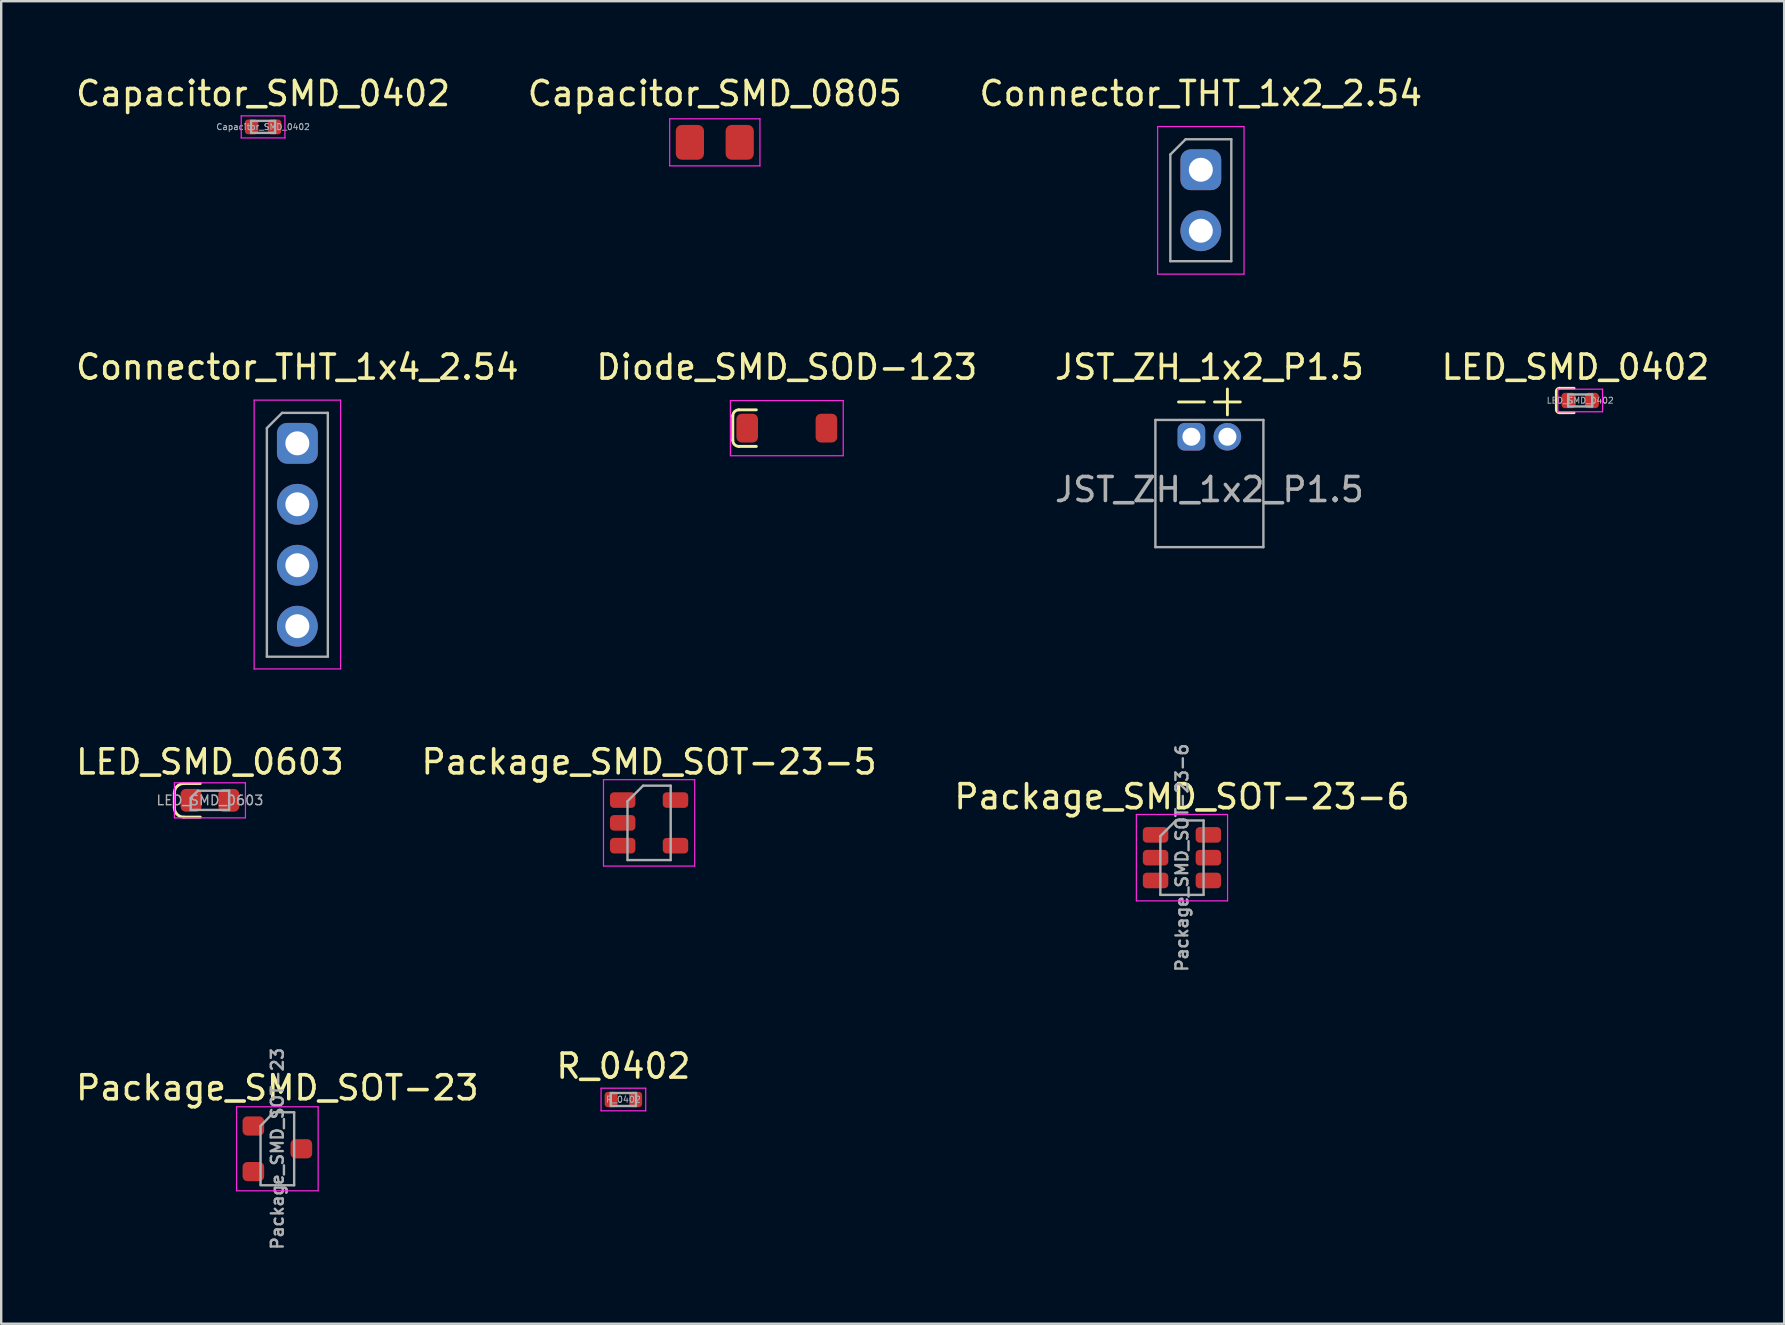
<source format=kicad_pcb>
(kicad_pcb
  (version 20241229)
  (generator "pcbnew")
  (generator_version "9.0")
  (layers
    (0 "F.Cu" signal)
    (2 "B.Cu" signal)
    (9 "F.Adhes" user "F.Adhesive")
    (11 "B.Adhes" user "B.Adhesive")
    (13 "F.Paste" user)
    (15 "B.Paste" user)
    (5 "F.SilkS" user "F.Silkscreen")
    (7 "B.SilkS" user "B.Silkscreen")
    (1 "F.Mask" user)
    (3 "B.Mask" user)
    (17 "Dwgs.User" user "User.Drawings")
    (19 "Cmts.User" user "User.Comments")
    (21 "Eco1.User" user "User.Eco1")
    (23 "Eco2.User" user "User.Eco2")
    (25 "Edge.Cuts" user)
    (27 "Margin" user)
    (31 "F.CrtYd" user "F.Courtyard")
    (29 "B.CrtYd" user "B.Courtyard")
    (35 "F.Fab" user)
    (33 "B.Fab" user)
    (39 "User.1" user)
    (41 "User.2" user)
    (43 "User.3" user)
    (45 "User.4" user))
  (footprint "Connector_THT_1x4_2.54"
    (layer "F.Cu")
    (at 9.339 15.421)
    (property "Reference" "Connector_THT_1x4_2.54" (at 0 -3.175 0) (layer "F.SilkS") (effects (font (size 1 1) (thickness 0.15))))
    (fp_line (start -1.8 -1.8) (end -1.8 9.4) (stroke (width 0.05) (type solid)) (layer "F.CrtYd"))
    (fp_line (start -1.8 9.4) (end 1.8 9.4) (stroke (width 0.05) (type solid)) (layer "F.CrtYd"))
    (fp_line (start 1.8 -1.8) (end -1.8 -1.8) (stroke (width 0.05) (type solid)) (layer "F.CrtYd"))
    (fp_line (start 1.8 9.4) (end 1.8 -1.8) (stroke (width 0.05) (type solid)) (layer "F.CrtYd"))
    (fp_line (start -1.27 -0.635) (end -0.635 -1.27) (stroke (width 0.1) (type solid)) (layer "F.Fab"))
    (fp_line (start -1.27 8.89) (end -1.27 -0.635) (stroke (width 0.1) (type solid)) (layer "F.Fab"))
    (fp_line (start -0.635 -1.27) (end 1.27 -1.27) (stroke (width 0.1) (type solid)) (layer "F.Fab"))
    (fp_line (start 1.27 -1.27) (end 1.27 8.89) (stroke (width 0.1) (type solid)) (layer "F.Fab"))
    (fp_line (start 1.27 8.89) (end -1.27 8.89) (stroke (width 0.1) (type solid)) (layer "F.Fab"))
    (pad "1" thru_hole roundrect (at 0 0) (size 1.7 1.7) (drill 1) (layers "*.Cu" "*.Mask") (roundrect_rratio 0.25))
    (pad "2" thru_hole oval (at 0 2.54) (size 1.7 1.7) (drill 1) (layers "*.Cu" "*.Mask"))
    (pad "3" thru_hole oval (at 0 5.08) (size 1.7 1.7) (drill 1) (layers "*.Cu" "*.Mask"))
    (pad "4" thru_hole oval (at 0 7.62) (size 1.7 1.7) (drill 1) (layers "*.Cu" "*.Mask")))
  (footprint "LED_SMD_0402"
    (layer "F.Cu")
    (at 62.788 13.636)
    (property "Reference" "LED_SMD_0402" (at -0.198 -1.389 0) (layer "F.SilkS") (effects (font (size 1 1) (thickness 0.15))))
    (fp_line (start -0.992 -0.381) (end -0.992 0.381) (stroke (width 0.12) (type solid)) (layer "F.SilkS"))
    (fp_line (start -0.865 -0.508) (end -0.254 -0.508) (stroke (width 0.12) (type solid)) (layer "F.SilkS"))
    (fp_line (start -0.865 0.508) (end -0.254 0.508) (stroke (width 0.12) (type solid)) (layer "F.SilkS"))
    (fp_arc (start -0.99225 -0.381) (mid -0.955053 -0.470803) (end -0.86525 -0.508) (stroke (width 0.12) (type solid)) (layer "F.SilkS"))
    (fp_arc (start -0.86525 0.508) (mid -0.955053 0.470803) (end -0.99225 0.381) (stroke (width 0.12) (type solid)) (layer "F.SilkS"))
    (fp_line (start -0.93 -0.47) (end 0.93 -0.47) (stroke (width 0.05) (type solid)) (layer "F.CrtYd"))
    (fp_line (start -0.93 0.47) (end -0.93 -0.47) (stroke (width 0.05) (type solid)) (layer "F.CrtYd"))
    (fp_line (start 0.93 -0.47) (end 0.93 0.47) (stroke (width 0.05) (type solid)) (layer "F.CrtYd"))
    (fp_line (start 0.93 0.47) (end -0.93 0.47) (stroke (width 0.05) (type solid)) (layer "F.CrtYd"))
    (fp_line (start -0.5 -0.25) (end 0.5 -0.25) (stroke (width 0.1) (type solid)) (layer "F.Fab"))
    (fp_line (start -0.5 0.25) (end -0.5 -0.25) (stroke (width 0.1) (type solid)) (layer "F.Fab"))
    (fp_line (start 0.5 -0.25) (end 0.5 0.25) (stroke (width 0.1) (type solid)) (layer "F.Fab"))
    (fp_line (start 0.5 0.25) (end -0.5 0.25) (stroke (width 0.1) (type solid)) (layer "F.Fab"))
    (fp_text user "${REFERENCE}" (at 0 0 0) (layer "F.Fab") (effects (font (size 0.25 0.25) (thickness 0.04))))
    (pad "1" smd roundrect (at -0.485 0) (size 0.59 0.64) (layers "F.Cu" "F.Mask" "F.Paste") (roundrect_rratio 0.25))
    (pad "2" smd roundrect (at 0.485 0) (size 0.59 0.64) (layers "F.Cu" "F.Mask" "F.Paste") (roundrect_rratio 0.25)))
  (footprint "JST_ZH_1x2_P1.5"
    (layer "F.Cu")
    (at 47.389 16.797)
    (property "Reference" "JST_ZH_1x2_P1.5" (at -0.05 -4.55 0) (unlocked yes) (layer "F.SilkS") (effects (font (size 1 1) (thickness 0.15))))
    (fp_line (start -1.337 -3.1) (end -0.263 -3.1) (stroke (width 0.12) (type solid)) (layer "F.SilkS"))
    (fp_line (start 0.163 -3.1) (end 1.238 -3.1) (stroke (width 0.12) (type solid)) (layer "F.SilkS"))
    (fp_line (start 0.7 -2.562) (end 0.7 -3.638) (stroke (width 0.12) (type solid)) (layer "F.SilkS"))
    (fp_line (start -2.3 -2.35) (end 2.2 -2.35) (stroke (width 0.1) (type solid)) (layer "F.Fab"))
    (fp_line (start -2.3 2.95) (end -2.3 -2.35) (stroke (width 0.1) (type solid)) (layer "F.Fab"))
    (fp_line (start -2.3 2.95) (end 2.2 2.95) (stroke (width 0.1) (type solid)) (layer "F.Fab"))
    (fp_line (start 2.2 2.95) (end 2.2 -2.35) (stroke (width 0.1) (type solid)) (layer "F.Fab"))
    (fp_text user "${REFERENCE}" (at -0.05 0.55 0) (unlocked yes) (layer "F.Fab") (effects (font (size 1 1) (thickness 0.15))))
    (pad "1" thru_hole roundrect (at -0.8 -1.65) (size 1.15 1.15) (drill 0.75) (layers "*.Cu" "*.Mask") (roundrect_rratio 0.25))
    (pad "2" thru_hole circle (at 0.7 -1.65) (size 1.15 1.15) (drill 0.75) (layers "*.Cu" "*.Mask")))
  (footprint "Package_SMD_SOT-23"
    (layer "F.Cu")
    (at 8.506 44.813)
    (property "Reference" "Package_SMD_SOT-23" (at 0 -2.54 0) (layer "F.SilkS") (effects (font (size 1 1) (thickness 0.15))))
    (fp_line (start -1.7 -1.75) (end 1.7 -1.75) (stroke (width 0.05) (type solid)) (layer "F.CrtYd"))
    (fp_line (start -1.7 1.75) (end -1.7 -1.75) (stroke (width 0.05) (type solid)) (layer "F.CrtYd"))
    (fp_line (start 1.7 -1.75) (end 1.7 1.75) (stroke (width 0.05) (type solid)) (layer "F.CrtYd"))
    (fp_line (start 1.7 1.75) (end -1.7 1.75) (stroke (width 0.05) (type solid)) (layer "F.CrtYd"))
    (fp_line (start -0.7 -0.95) (end -0.7 1.5) (stroke (width 0.1) (type solid)) (layer "F.Fab"))
    (fp_line (start -0.7 -0.95) (end -0.15 -1.52) (stroke (width 0.1) (type solid)) (layer "F.Fab"))
    (fp_line (start -0.7 1.52) (end 0.7 1.52) (stroke (width 0.1) (type solid)) (layer "F.Fab"))
    (fp_line (start -0.15 -1.52) (end 0.7 -1.52) (stroke (width 0.1) (type solid)) (layer "F.Fab"))
    (fp_line (start 0.7 -1.52) (end 0.7 1.52) (stroke (width 0.1) (type solid)) (layer "F.Fab"))
    (fp_text user "${REFERENCE}" (at 0 0 90) (unlocked yes) (layer "F.Fab") (effects (font (size 0.5 0.5) (thickness 0.1))))
    (pad "1" smd roundrect (at -1 -0.95) (size 0.9 0.8) (layers "F.Cu" "F.Mask" "F.Paste") (roundrect_rratio 0.25))
    (pad "2" smd roundrect (at -1 0.95) (size 0.9 0.8) (layers "F.Cu" "F.Mask" "F.Paste") (roundrect_rratio 0.25))
    (pad "3" smd roundrect (at 1 0) (size 0.9 0.8) (layers "F.Cu" "F.Mask" "F.Paste") (roundrect_rratio 0.25)))
  (footprint "Capacitor_SMD_0805"
    (layer "F.Cu")
    (at 26.732 2.88)
    (property "Reference" "Capacitor_SMD_0805" (at 0 -2.032 0) (layer "F.SilkS") (effects (font (size 1 1) (thickness 0.15))))
    (attr through_hole)
    (fp_line (start -1.88 -0.98) (end 1.88 -0.98) (stroke (width 0.05) (type solid)) (layer "F.CrtYd"))
    (fp_line (start -1.88 0.98) (end -1.88 -0.98) (stroke (width 0.05) (type solid)) (layer "F.CrtYd"))
    (fp_line (start 1.88 -0.98) (end 1.88 0.98) (stroke (width 0.05) (type solid)) (layer "F.CrtYd"))
    (fp_line (start 1.88 0.98) (end -1.88 0.98) (stroke (width 0.05) (type solid)) (layer "F.CrtYd"))
    (pad "1" smd roundrect (at -1.038 0) (size 1.175 1.45) (layers "F.Cu" "F.Mask" "F.Paste") (roundrect_rratio 0.213))
    (pad "2" smd roundrect (at 1.038 0) (size 1.175 1.45) (layers "F.Cu" "F.Mask" "F.Paste") (roundrect_rratio 0.213)))
  (footprint "Diode_SMD_SOD-123"
    (layer "F.Cu")
    (at 29.732 14.787)
    (property "Reference" "Diode_SMD_SOD-123" (at 0 -2.54 0) (layer "F.SilkS") (effects (font (size 1 1) (thickness 0.15))))
    (fp_line (start -2.25 -0.508) (end -2.25 0.508) (stroke (width 0.12) (type solid)) (layer "F.SilkS"))
    (fp_line (start -1.996 -0.762) (end -1.27 -0.762) (stroke (width 0.12) (type solid)) (layer "F.SilkS"))
    (fp_line (start -1.996 0.762) (end -1.27 0.762) (stroke (width 0.12) (type solid)) (layer "F.SilkS"))
    (fp_arc (start -2.25 -0.508) (mid -2.175605 -0.687605) (end -1.996 -0.762) (stroke (width 0.12) (type solid)) (layer "F.SilkS"))
    (fp_arc (start -1.996 0.762) (mid -2.175605 0.687605) (end -2.25 0.508) (stroke (width 0.12) (type solid)) (layer "F.SilkS"))
    (fp_line (start -2.35 -1.15) (end -2.35 1.15) (stroke (width 0.05) (type solid)) (layer "F.CrtYd"))
    (fp_line (start -2.35 -1.15) (end 2.35 -1.15) (stroke (width 0.05) (type solid)) (layer "F.CrtYd"))
    (fp_line (start 2.35 -1.15) (end 2.35 1.15) (stroke (width 0.05) (type solid)) (layer "F.CrtYd"))
    (fp_line (start 2.35 1.15) (end -2.35 1.15) (stroke (width 0.05) (type solid)) (layer "F.CrtYd"))
    (pad "1" smd roundrect (at -1.65 0) (size 0.9 1.2) (layers "F.Cu" "F.Mask" "F.Paste") (roundrect_rratio 0.25))
    (pad "2" smd roundrect (at 1.65 0) (size 0.9 1.2) (layers "F.Cu" "F.Mask" "F.Paste") (roundrect_rratio 0.25)))
  (footprint "Connector_THT_1x2_2.54"
    (layer "F.Cu")
    (at 46.982 5.293)
    (property "Reference" "Connector_THT_1x2_2.54" (at 0 -4.445 0) (layer "F.SilkS") (effects (font (size 1 1) (thickness 0.15))))
    (fp_line (start -1.8 -3.07) (end -1.8 3.08) (stroke (width 0.05) (type solid)) (layer "F.CrtYd"))
    (fp_line (start -1.8 3.08) (end 1.8 3.08) (stroke (width 0.05) (type solid)) (layer "F.CrtYd"))
    (fp_line (start 1.8 -3.07) (end -1.8 -3.07) (stroke (width 0.05) (type solid)) (layer "F.CrtYd"))
    (fp_line (start 1.8 3.08) (end 1.8 -3.07) (stroke (width 0.05) (type solid)) (layer "F.CrtYd"))
    (fp_line (start -1.27 -1.905) (end -0.635 -2.54) (stroke (width 0.1) (type solid)) (layer "F.Fab"))
    (fp_line (start -1.27 2.54) (end -1.27 -1.905) (stroke (width 0.1) (type solid)) (layer "F.Fab"))
    (fp_line (start -0.635 -2.54) (end 1.27 -2.54) (stroke (width 0.1) (type solid)) (layer "F.Fab"))
    (fp_line (start 1.27 -2.54) (end 1.27 2.54) (stroke (width 0.1) (type solid)) (layer "F.Fab"))
    (fp_line (start 1.27 2.54) (end -1.27 2.54) (stroke (width 0.1) (type solid)) (layer "F.Fab"))
    (pad "1" thru_hole roundrect (at 0 -1.27) (size 1.7 1.7) (drill 1) (layers "*.Cu" "*.Mask") (roundrect_rratio 0.25))
    (pad "2" thru_hole oval (at 0 1.27) (size 1.7 1.7) (drill 1) (layers "*.Cu" "*.Mask")))
  (footprint "Package_SMD_SOT-23-5"
    (layer "F.Cu")
    (at 23.994 31.235)
    (property "Reference" "Package_SMD_SOT-23-5" (at 0 -2.54 0) (layer "F.SilkS") (effects (font (size 1 1) (thickness 0.15))))
    (attr through_hole)
    (fp_line (start -1.9 -1.8) (end 1.9 -1.8) (stroke (width 0.05) (type solid)) (layer "F.CrtYd"))
    (fp_line (start -1.9 1.8) (end -1.9 -1.8) (stroke (width 0.05) (type solid)) (layer "F.CrtYd"))
    (fp_line (start 1.9 -1.8) (end 1.9 1.8) (stroke (width 0.05) (type solid)) (layer "F.CrtYd"))
    (fp_line (start 1.9 1.8) (end -1.9 1.8) (stroke (width 0.05) (type solid)) (layer "F.CrtYd"))
    (fp_line (start -0.9 -0.9) (end -0.9 1.55) (stroke (width 0.1) (type solid)) (layer "F.Fab"))
    (fp_line (start -0.9 -0.9) (end -0.25 -1.55) (stroke (width 0.1) (type solid)) (layer "F.Fab"))
    (fp_line (start 0.9 -1.55) (end -0.25 -1.55) (stroke (width 0.1) (type solid)) (layer "F.Fab"))
    (fp_line (start 0.9 -1.55) (end 0.9 1.55) (stroke (width 0.1) (type solid)) (layer "F.Fab"))
    (fp_line (start 0.9 1.55) (end -0.9 1.55) (stroke (width 0.1) (type solid)) (layer "F.Fab"))
    (pad "1" smd roundrect (at -1.1 -0.95) (size 1.06 0.65) (layers "F.Cu" "F.Mask" "F.Paste") (roundrect_rratio 0.25))
    (pad "2" smd roundrect (at -1.1 0) (size 1.06 0.65) (layers "F.Cu" "F.Mask" "F.Paste") (roundrect_rratio 0.25))
    (pad "3" smd roundrect (at -1.1 0.95) (size 1.06 0.65) (layers "F.Cu" "F.Mask" "F.Paste") (roundrect_rratio 0.25))
    (pad "4" smd roundrect (at 1.1 0.95) (size 1.06 0.65) (layers "F.Cu" "F.Mask" "F.Paste") (roundrect_rratio 0.25))
    (pad "5" smd roundrect (at 1.1 -0.95) (size 1.06 0.65) (layers "F.Cu" "F.Mask" "F.Paste") (roundrect_rratio 0.25)))
  (footprint "Capacitor_SMD_0402"
    (layer "F.Cu")
    (at 7.911 2.237)
    (property "Reference" "Capacitor_SMD_0402" (at 0 -1.389 0) (layer "F.SilkS") (effects (font (size 1 1) (thickness 0.15))))
    (attr through_hole)
    (fp_line (start -0.91 -0.46) (end 0.91 -0.46) (stroke (width 0.05) (type solid)) (layer "F.CrtYd"))
    (fp_line (start -0.91 0.46) (end -0.91 -0.46) (stroke (width 0.05) (type solid)) (layer "F.CrtYd"))
    (fp_line (start 0.91 -0.46) (end 0.91 0.46) (stroke (width 0.05) (type solid)) (layer "F.CrtYd"))
    (fp_line (start 0.91 0.46) (end -0.91 0.46) (stroke (width 0.05) (type solid)) (layer "F.CrtYd"))
    (fp_line (start -0.5 -0.25) (end 0.5 -0.25) (stroke (width 0.1) (type solid)) (layer "F.Fab"))
    (fp_line (start -0.5 0.25) (end -0.5 -0.25) (stroke (width 0.1) (type solid)) (layer "F.Fab"))
    (fp_line (start 0.5 -0.25) (end 0.5 0.25) (stroke (width 0.1) (type solid)) (layer "F.Fab"))
    (fp_line (start 0.5 0.25) (end -0.5 0.25) (stroke (width 0.1) (type solid)) (layer "F.Fab"))
    (fp_text user "${REFERENCE}" (at 0 0 0) (layer "F.Fab") (effects (font (size 0.25 0.25) (thickness 0.04))))
    (pad "1" smd roundrect (at -0.48 0) (size 0.56 0.62) (layers "F.Cu" "F.Mask" "F.Paste") (roundrect_rratio 0.25))
    (pad "2" smd roundrect (at 0.48 0) (size 0.56 0.62) (layers "F.Cu" "F.Mask" "F.Paste") (roundrect_rratio 0.25)))
  (footprint "LED_SMD_0603"
    (layer "F.Cu")
    (at 5.696 30.295)
    (property "Reference" "LED_SMD_0603" (at 0 -1.6 0) (unlocked yes) (layer "F.SilkS") (effects (font (size 1 1) (thickness 0.15))))
    (fp_line (start -1.485 -0.3) (end -1.485 0.3) (stroke (width 0.12) (type solid)) (layer "F.SilkS"))
    (fp_line (start -1.085 -0.7) (end -0.4 -0.7) (stroke (width 0.12) (type solid)) (layer "F.SilkS"))
    (fp_line (start -1.085 0.7) (end -0.4 0.7) (stroke (width 0.12) (type solid)) (layer "F.SilkS"))
    (fp_arc (start -1.485 -0.3) (mid -1.367843 -0.582843) (end -1.085 -0.7) (stroke (width 0.12) (type solid)) (layer "F.SilkS"))
    (fp_arc (start -1.085 0.7) (mid -1.367843 0.582843) (end -1.485 0.3) (stroke (width 0.12) (type solid)) (layer "F.SilkS"))
    (fp_line (start -1.48 -0.73) (end 1.48 -0.73) (stroke (width 0.05) (type solid)) (layer "F.CrtYd"))
    (fp_line (start -1.48 0.73) (end -1.48 -0.73) (stroke (width 0.05) (type solid)) (layer "F.CrtYd"))
    (fp_line (start 1.48 -0.73) (end 1.48 0.73) (stroke (width 0.05) (type solid)) (layer "F.CrtYd"))
    (fp_line (start 1.48 0.73) (end -1.48 0.73) (stroke (width 0.05) (type solid)) (layer "F.CrtYd"))
    (fp_line (start -0.8 -0.1) (end -0.8 0.4) (stroke (width 0.1) (type solid)) (layer "F.Fab"))
    (fp_line (start -0.8 0.4) (end 0.8 0.4) (stroke (width 0.1) (type solid)) (layer "F.Fab"))
    (fp_line (start -0.5 -0.4) (end -0.8 -0.1) (stroke (width 0.1) (type solid)) (layer "F.Fab"))
    (fp_line (start 0.8 -0.4) (end -0.5 -0.4) (stroke (width 0.1) (type solid)) (layer "F.Fab"))
    (fp_line (start 0.8 0.4) (end 0.8 -0.4) (stroke (width 0.1) (type solid)) (layer "F.Fab"))
    (fp_text user "${REFERENCE}" (at 0 0 0) (unlocked yes) (layer "F.Fab") (effects (font (size 0.4 0.4) (thickness 0.06))))
    (pad "1" smd roundrect (at -0.787 0) (size 0.875 0.95) (layers "F.Cu" "F.Mask" "F.Paste") (roundrect_rratio 0.25))
    (pad "2" smd roundrect (at 0.787 0) (size 0.875 0.95) (layers "F.Cu" "F.Mask" "F.Paste") (roundrect_rratio 0.25)))
  (footprint "R_0402"
    (layer "F.Cu")
    (at 22.923 42.76)
    (property "Reference" "R_0402" (at 0 -1.389 0) (layer "F.SilkS") (effects (font (size 1 1) (thickness 0.15))))
    (attr through_hole)
    (fp_line (start -0.93 -0.47) (end 0.93 -0.47) (stroke (width 0.05) (type solid)) (layer "F.CrtYd"))
    (fp_line (start -0.93 0.47) (end -0.93 -0.47) (stroke (width 0.05) (type solid)) (layer "F.CrtYd"))
    (fp_line (start 0.93 -0.47) (end 0.93 0.47) (stroke (width 0.05) (type solid)) (layer "F.CrtYd"))
    (fp_line (start 0.93 0.47) (end -0.93 0.47) (stroke (width 0.05) (type solid)) (layer "F.CrtYd"))
    (fp_line (start -0.525 -0.27) (end 0.525 -0.27) (stroke (width 0.1) (type solid)) (layer "F.Fab"))
    (fp_line (start -0.525 0.27) (end -0.525 -0.27) (stroke (width 0.1) (type solid)) (layer "F.Fab"))
    (fp_line (start 0.525 -0.27) (end 0.525 0.27) (stroke (width 0.1) (type solid)) (layer "F.Fab"))
    (fp_line (start 0.525 0.27) (end -0.525 0.27) (stroke (width 0.1) (type solid)) (layer "F.Fab"))
    (fp_text user "${REFERENCE}" (at 0 0 0) (layer "F.Fab") (effects (font (size 0.26 0.26) (thickness 0.04))))
    (pad "1" smd roundrect (at -0.51 0) (size 0.54 0.64) (layers "F.Cu" "F.Mask" "F.Paste") (roundrect_rratio 0.25))
    (pad "2" smd roundrect (at 0.51 0) (size 0.54 0.64) (layers "F.Cu" "F.Mask" "F.Paste") (roundrect_rratio 0.25)))
  (footprint "Package_SMD_SOT-23-6"
    (layer "F.Cu")
    (at 46.196 32.685)
    (property "Reference" "Package_SMD_SOT-23-6" (at 0 -2.54 0) (layer "F.SilkS") (effects (font (size 1 1) (thickness 0.15))))
    (fp_line (start -1.9 -1.8) (end -1.9 1.8) (stroke (width 0.05) (type solid)) (layer "F.CrtYd"))
    (fp_line (start -1.9 1.8) (end 1.9 1.8) (stroke (width 0.05) (type solid)) (layer "F.CrtYd"))
    (fp_line (start 1.9 -1.8) (end -1.9 -1.8) (stroke (width 0.05) (type solid)) (layer "F.CrtYd"))
    (fp_line (start 1.9 1.8) (end 1.9 -1.8) (stroke (width 0.05) (type solid)) (layer "F.CrtYd"))
    (fp_line (start -0.9 -0.9) (end -0.9 1.55) (stroke (width 0.1) (type solid)) (layer "F.Fab"))
    (fp_line (start -0.9 -0.9) (end -0.25 -1.55) (stroke (width 0.1) (type solid)) (layer "F.Fab"))
    (fp_line (start 0.9 -1.55) (end -0.25 -1.55) (stroke (width 0.1) (type solid)) (layer "F.Fab"))
    (fp_line (start 0.9 -1.55) (end 0.9 1.55) (stroke (width 0.1) (type solid)) (layer "F.Fab"))
    (fp_line (start 0.9 1.55) (end -0.9 1.55) (stroke (width 0.1) (type solid)) (layer "F.Fab"))
    (fp_text user "${REFERENCE}" (at 0 0 90) (unlocked yes) (layer "F.Fab") (effects (font (size 0.5 0.5) (thickness 0.1))))
    (pad "1" smd roundrect (at -1.1 -0.95) (size 1.06 0.65) (layers "F.Cu" "F.Mask" "F.Paste") (roundrect_rratio 0.25))
    (pad "2" smd roundrect (at -1.1 0) (size 1.06 0.65) (layers "F.Cu" "F.Mask" "F.Paste") (roundrect_rratio 0.25))
    (pad "3" smd roundrect (at -1.1 0.95) (size 1.06 0.65) (layers "F.Cu" "F.Mask" "F.Paste") (roundrect_rratio 0.25))
    (pad "4" smd roundrect (at 1.1 0.95) (size 1.06 0.65) (layers "F.Cu" "F.Mask" "F.Paste") (roundrect_rratio 0.25))
    (pad "5" smd roundrect (at 1.1 0) (size 1.06 0.65) (layers "F.Cu" "F.Mask" "F.Paste") (roundrect_rratio 0.25))
    (pad "6" smd roundrect (at 1.1 -0.95) (size 1.06 0.65) (layers "F.Cu" "F.Mask" "F.Paste") (roundrect_rratio 0.25)))
  (gr_rect
    (start -3 -3)
    (end 71.286 52.104)
    (stroke (width 0.1) (type default))
    (fill no)
    (layer "Edge.Cuts")))
</source>
